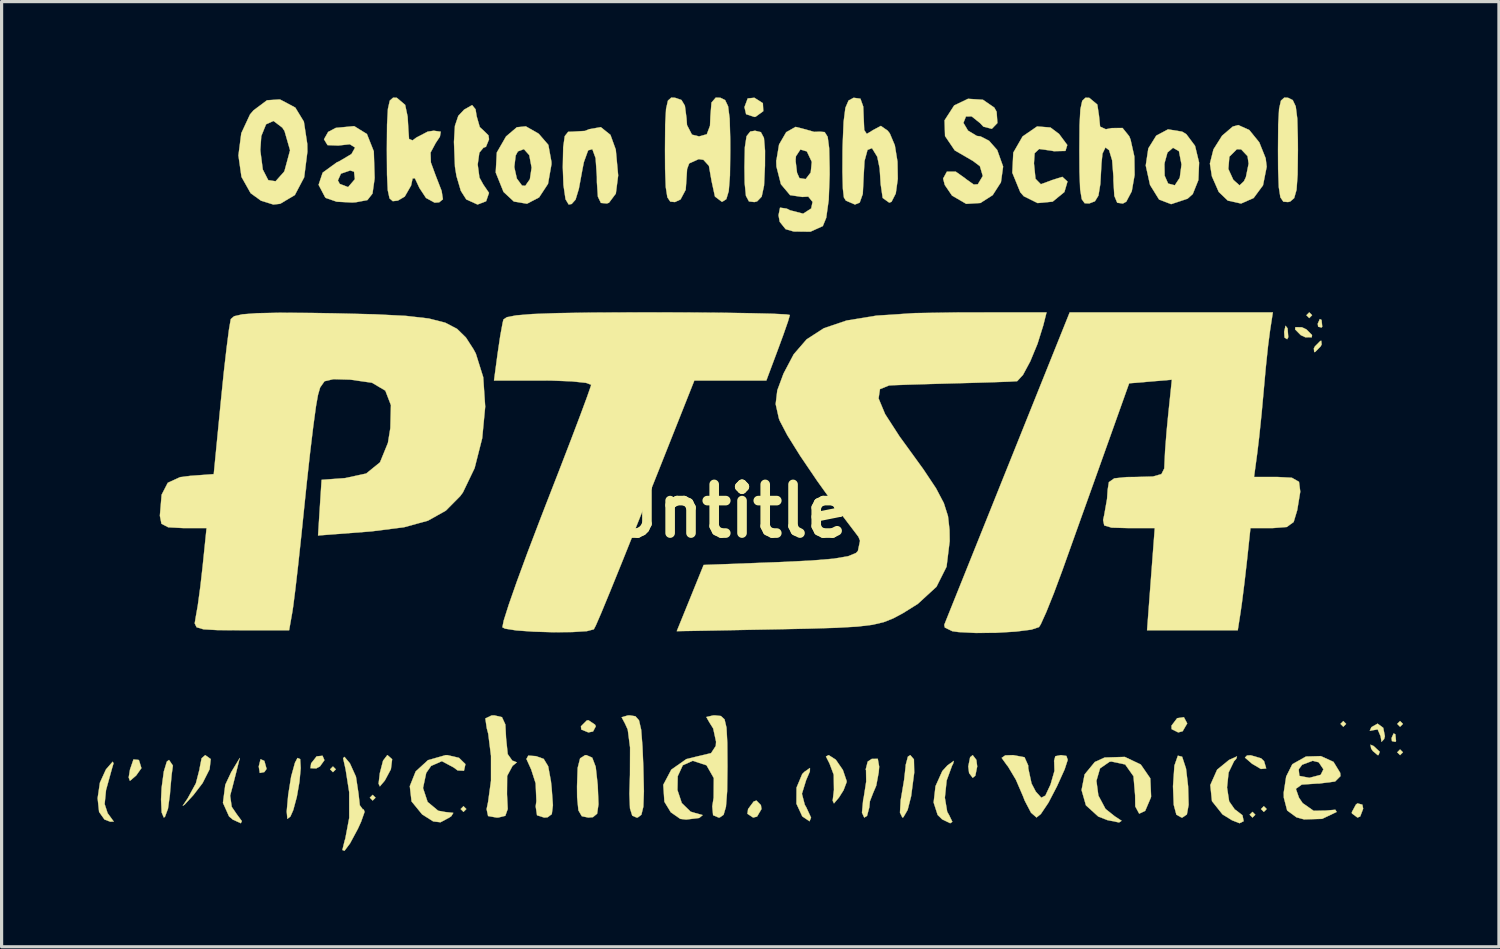
<source format=kicad_pcb>
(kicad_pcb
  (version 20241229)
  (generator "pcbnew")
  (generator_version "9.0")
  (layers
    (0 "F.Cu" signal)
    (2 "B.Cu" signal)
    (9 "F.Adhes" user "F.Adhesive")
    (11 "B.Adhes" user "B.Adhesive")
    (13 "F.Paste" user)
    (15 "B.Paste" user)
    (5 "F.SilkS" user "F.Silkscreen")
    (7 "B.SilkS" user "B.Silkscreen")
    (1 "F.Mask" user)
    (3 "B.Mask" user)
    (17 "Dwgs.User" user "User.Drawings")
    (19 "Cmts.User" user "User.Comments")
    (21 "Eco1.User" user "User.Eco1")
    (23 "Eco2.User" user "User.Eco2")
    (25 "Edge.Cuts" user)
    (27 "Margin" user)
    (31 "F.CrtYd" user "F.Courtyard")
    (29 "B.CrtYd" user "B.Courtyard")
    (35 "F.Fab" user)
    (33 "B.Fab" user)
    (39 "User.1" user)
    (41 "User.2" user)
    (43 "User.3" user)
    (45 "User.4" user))
  (footprint "Untitled"
    (layer "F.Cu")
    (at 20.424 12.942)
    (property "Reference" "Untitled" (at 0 0 0) (layer "F.SilkS") (effects (font (size 1.524 1.524) (thickness 0.3))))
    (attr through_hole)
    (fp_poly (pts (xy -12.966 8.082) (xy -13.055 8.171) (xy -13.144 8.082) (xy -13.055 7.993) (xy -12.966 8.082)) (stroke (width 0.01) (type solid)) (fill yes) (layer "F.SilkS"))
    (fp_poly (pts (xy -11.723 8.97) (xy -11.812 9.059) (xy -11.901 8.97) (xy -11.812 8.881) (xy -11.723 8.97)) (stroke (width 0.01) (type solid)) (fill yes) (layer "F.SilkS"))
    (fp_poly (pts (xy -8.881 9.325) (xy -8.97 9.414) (xy -9.059 9.325) (xy -8.97 9.236) (xy -8.881 9.325)) (stroke (width 0.01) (type solid)) (fill yes) (layer "F.SilkS"))
    (fp_poly (pts (xy 15.808 9.503) (xy 15.72 9.592) (xy 15.631 9.503) (xy 15.72 9.414) (xy 15.808 9.503)) (stroke (width 0.01) (type solid)) (fill yes) (layer "F.SilkS"))
    (fp_poly (pts (xy 16.164 9.325) (xy 16.075 9.414) (xy 15.986 9.325) (xy 16.075 9.236) (xy 16.164 9.325)) (stroke (width 0.01) (type solid)) (fill yes) (layer "F.SilkS"))
    (fp_poly (pts (xy 17.585 -6.128) (xy 17.496 -6.039) (xy 17.407 -6.128) (xy 17.496 -6.217) (xy 17.585 -6.128)) (stroke (width 0.01) (type solid)) (fill yes) (layer "F.SilkS"))
    (fp_poly (pts (xy 18.65 6.661) (xy 18.562 6.75) (xy 18.473 6.661) (xy 18.562 6.572) (xy 18.65 6.661)) (stroke (width 0.01) (type solid)) (fill yes) (layer "F.SilkS"))
    (fp_poly (pts (xy 20.427 6.661) (xy 20.338 6.75) (xy 20.249 6.661) (xy 20.338 6.572) (xy 20.427 6.661)) (stroke (width 0.01) (type solid)) (fill yes) (layer "F.SilkS"))
    (fp_poly (pts (xy 20.427 7.549) (xy 20.338 7.638) (xy 20.249 7.549) (xy 20.338 7.46) (xy 20.427 7.549)) (stroke (width 0.01) (type solid)) (fill yes) (layer "F.SilkS"))
    (fp_poly (pts (xy -15.202 7.818) (xy -15.132 8.069) (xy -15.202 8.168) (xy -15.344 8.196) (xy -15.377 7.993) (xy -15.32 7.766) (xy -15.202 7.818)) (stroke (width 0.01) (type solid)) (fill yes) (layer "F.SilkS"))
    (fp_poly (pts (xy 16.818 -5.717) (xy 16.839 -5.44) (xy 16.804 -5.377) (xy 16.723 -5.43) (xy 16.711 -5.61) (xy 16.754 -5.799) (xy 16.818 -5.717)) (stroke (width 0.01) (type solid)) (fill yes) (layer "F.SilkS"))
    (fp_poly (pts (xy 17.881 -5.98) (xy 17.902 -5.769) (xy 17.881 -5.743) (xy 17.775 -5.768) (xy 17.762 -5.862) (xy 17.827 -6.008) (xy 17.881 -5.98)) (stroke (width 0.01) (type solid)) (fill yes) (layer "F.SilkS"))
    (fp_poly (pts (xy 20.19 6.986) (xy 20.211 7.197) (xy 20.19 7.223) (xy 20.084 7.199) (xy 20.071 7.105) (xy 20.136 6.959) (xy 20.19 6.986)) (stroke (width 0.01) (type solid)) (fill yes) (layer "F.SilkS"))
    (fp_poly (pts (xy -13.322 7.796) (xy -13.463 7.992) (xy -13.579 8.054) (xy -13.759 8.046) (xy -13.738 7.895) (xy -13.566 7.677) (xy -13.381 7.658) (xy -13.322 7.796)) (stroke (width 0.01) (type solid)) (fill yes) (layer "F.SilkS"))
    (fp_poly (pts (xy 13.677 6.646) (xy 13.534 6.891) (xy 13.396 6.927) (xy 13.189 6.824) (xy 13.185 6.716) (xy 13.362 6.482) (xy 13.574 6.452) (xy 13.677 6.646)) (stroke (width 0.01) (type solid)) (fill yes) (layer "F.SilkS"))
    (fp_poly (pts (xy 19.511 7.354) (xy 19.702 7.533) (xy 19.663 7.636) (xy 19.638 7.638) (xy 19.488 7.512) (xy 19.433 7.433) (xy 19.412 7.311) (xy 19.511 7.354)) (stroke (width 0.01) (type solid)) (fill yes) (layer "F.SilkS"))
    (fp_poly (pts (xy -19.14 7.788) (xy -19.123 7.804) (xy -19.049 8.045) (xy -19.214 8.277) (xy -19.408 8.443) (xy -19.447 8.338) (xy -19.405 8.086) (xy -19.297 7.773) (xy -19.14 7.788)) (stroke (width 0.01) (type solid)) (fill yes) (layer "F.SilkS"))
    (fp_poly (pts (xy -4.854 6.684) (xy -4.83 6.736) (xy -4.916 6.898) (xy -5.062 6.927) (xy -5.283 6.837) (xy -5.295 6.736) (xy -5.111 6.553) (xy -5.062 6.545) (xy -4.854 6.684)) (stroke (width 0.01) (type solid)) (fill yes) (layer "F.SilkS"))
    (fp_poly (pts (xy 0.337 9.203) (xy 0.355 9.325) (xy 0.216 9.561) (xy 0.094 9.592) (xy -0.085 9.474) (xy -0.064 9.325) (xy 0.11 9.09) (xy 0.197 9.059) (xy 0.337 9.203)) (stroke (width 0.01) (type solid)) (fill yes) (layer "F.SilkS"))
    (fp_poly (pts (xy 0.398 -12.764) (xy 0.411 -12.514) (xy 0.173 -12.34) (xy 0.133 -12.333) (xy -0.126 -12.419) (xy -0.178 -12.64) (xy -0.076 -12.912) (xy 0.133 -12.933) (xy 0.398 -12.764)) (stroke (width 0.01) (type solid)) (fill yes) (layer "F.SilkS"))
    (fp_poly (pts (xy 7.079 7.787) (xy 7.105 7.993) (xy 7.046 8.282) (xy 6.965 8.348) (xy 6.852 8.199) (xy 6.826 7.993) (xy 6.884 7.704) (xy 6.965 7.638) (xy 7.079 7.787)) (stroke (width 0.01) (type solid)) (fill yes) (layer "F.SilkS"))
    (fp_poly (pts (xy 15.99 7.738) (xy 16.082 7.827) (xy 16.149 8.055) (xy 15.983 8.071) (xy 15.707 7.908) (xy 15.484 7.715) (xy 15.548 7.65) (xy 15.665 7.643) (xy 15.99 7.738)) (stroke (width 0.01) (type solid)) (fill yes) (layer "F.SilkS"))
    (fp_poly (pts (xy 17.266 -5.751) (xy 17.407 -5.684) (xy 17.583 -5.507) (xy 17.574 -5.437) (xy 17.371 -5.439) (xy 17.229 -5.506) (xy 17.054 -5.684) (xy 17.062 -5.753) (xy 17.266 -5.751)) (stroke (width 0.01) (type solid)) (fill yes) (layer "F.SilkS"))
    (fp_poly (pts (xy 17.884 -5.214) (xy 17.851 -5.151) (xy 17.684 -4.981) (xy 17.652 -4.973) (xy 17.64 -5.088) (xy 17.673 -5.151) (xy 17.841 -5.321) (xy 17.872 -5.329) (xy 17.884 -5.214)) (stroke (width 0.01) (type solid)) (fill yes) (layer "F.SilkS"))
    (fp_poly (pts (xy 19.158 9.188) (xy 19.183 9.315) (xy 19.09 9.558) (xy 19.006 9.592) (xy 18.833 9.464) (xy 18.828 9.424) (xy 18.957 9.184) (xy 19.006 9.148) (xy 19.158 9.188)) (stroke (width 0.01) (type solid)) (fill yes) (layer "F.SilkS"))
    (fp_poly (pts (xy -11.203 7.767) (xy -11.242 8.08) (xy -11.43 8.431) (xy -11.587 8.617) (xy -11.627 8.531) (xy -11.587 8.198) (xy -11.487 7.812) (xy -11.356 7.639) (xy -11.348 7.638) (xy -11.203 7.767)) (stroke (width 0.01) (type solid)) (fill yes) (layer "F.SilkS"))
    (fp_poly (pts (xy 19.811 6.783) (xy 19.863 7.047) (xy 19.839 7.134) (xy 19.758 7.222) (xy 19.73 7.05) (xy 19.637 6.833) (xy 19.511 6.855) (xy 19.39 6.877) (xy 19.442 6.762) (xy 19.634 6.653) (xy 19.811 6.783)) (stroke (width 0.01) (type solid)) (fill yes) (layer "F.SilkS"))
    (fp_poly (pts (xy -16.88 7.761) (xy -16.915 8.078) (xy -17.134 8.512) (xy -17.422 8.888) (xy -17.7 9.19) (xy -17.756 9.221) (xy -17.6 8.99) (xy -17.344 8.52) (xy -17.23 8.079) (xy -17.229 8.058) (xy -17.165 7.736) (xy -17.052 7.638) (xy -16.88 7.761)) (stroke (width 0.01) (type solid)) (fill yes) (layer "F.SilkS"))
    (fp_poly (pts (xy -14.081 7.762) (xy -14.064 8.043) (xy -14.103 8.47) (xy -14.185 8.941) (xy -14.297 9.357) (xy -14.387 9.56) (xy -14.481 9.632) (xy -14.502 9.401) (xy -14.455 8.881) (xy -14.363 8.307) (xy -14.243 7.874) (xy -14.165 7.727) (xy -14.081 7.762)) (stroke (width 0.01) (type solid)) (fill yes) (layer "F.SilkS"))
    (fp_poly (pts (xy 13.518 7.688) (xy 13.64 8.06) (xy 13.705 8.615) (xy 13.721 9.194) (xy 13.667 9.494) (xy 13.527 9.59) (xy 13.499 9.591) (xy 13.339 9.503) (xy 13.256 9.194) (xy 13.233 8.614) (xy 13.277 7.965) (xy 13.385 7.656) (xy 13.518 7.688)) (stroke (width 0.01) (type solid)) (fill yes) (layer "F.SilkS"))
    (fp_poly (pts (xy -16.082 8.171) (xy -16.2 8.634) (xy -16.273 8.907) (xy -16.223 9.255) (xy -16.068 9.484) (xy -15.906 9.702) (xy -15.938 9.769) (xy -16.186 9.657) (xy -16.306 9.556) (xy -16.497 9.131) (xy -16.424 8.566) (xy -16.239 8.171) (xy -15.971 7.727) (xy -16.082 8.171)) (stroke (width 0.01) (type solid)) (fill yes) (layer "F.SilkS"))
    (fp_poly (pts (xy 2.68 7.781) (xy 2.902 8.103) (xy 3.018 8.444) (xy 3.02 8.48) (xy 2.924 8.734) (xy 2.78 8.963) (xy 2.623 9.149) (xy 2.583 9.064) (xy 2.623 8.729) (xy 2.616 8.252) (xy 2.485 7.903) (xy 2.372 7.68) (xy 2.459 7.638) (xy 2.68 7.781)) (stroke (width 0.01) (type solid)) (fill yes) (layer "F.SilkS"))
    (fp_poly (pts (xy -18.063 7.967) (xy -18.068 7.994) (xy -18.103 8.249) (xy -18.145 8.709) (xy -18.156 8.864) (xy -18.218 9.316) (xy -18.313 9.57) (xy -18.348 9.591) (xy -18.415 9.432) (xy -18.434 9.023) (xy -18.416 8.659) (xy -18.348 8.152) (xy -18.253 7.84) (xy -18.185 7.789) (xy -18.063 7.967)) (stroke (width 0.01) (type solid)) (fill yes) (layer "F.SilkS"))
    (fp_poly (pts (xy 1.869 8.148) (xy 1.752 8.42) (xy 1.62 8.848) (xy 1.71 9.193) (xy 1.754 9.267) (xy 1.906 9.594) (xy 1.858 9.708) (xy 1.634 9.556) (xy 1.631 9.553) (xy 1.449 9.159) (xy 1.452 8.655) (xy 1.629 8.231) (xy 1.697 8.162) (xy 1.872 8.04) (xy 1.869 8.148)) (stroke (width 0.01) (type solid)) (fill yes) (layer "F.SilkS"))
    (fp_poly (pts (xy -19.921 7.893) (xy -19.969 8.054) (xy -20.156 8.73) (xy -20.2 9.169) (xy -20.106 9.456) (xy -20.069 9.505) (xy -19.915 9.717) (xy -20.026 9.72) (xy -20.205 9.652) (xy -20.373 9.415) (xy -20.419 8.985) (xy -20.347 8.499) (xy -20.163 8.094) (xy -20.146 8.071) (xy -19.948 7.844) (xy -19.921 7.893)) (stroke (width 0.01) (type solid)) (fill yes) (layer "F.SilkS"))
    (fp_poly (pts (xy 5.125 7.77) (xy 5.134 8.186) (xy 5.039 8.913) (xy 5.037 8.926) (xy 4.928 9.353) (xy 4.796 9.58) (xy 4.765 9.592) (xy 4.689 9.438) (xy 4.711 9.045) (xy 4.732 8.926) (xy 4.82 8.402) (xy 4.866 7.989) (xy 4.867 7.949) (xy 4.937 7.685) (xy 5.011 7.638) (xy 5.125 7.77)) (stroke (width 0.01) (type solid)) (fill yes) (layer "F.SilkS"))
    (fp_poly (pts (xy 6.349 7.915) (xy 6.322 7.959) (xy 6.149 8.431) (xy 6.093 8.971) (xy 6.167 9.412) (xy 6.226 9.514) (xy 6.327 9.724) (xy 6.26 9.769) (xy 6.008 9.647) (xy 5.868 9.51) (xy 5.742 9.12) (xy 5.801 8.609) (xy 6.013 8.137) (xy 6.173 7.961) (xy 6.373 7.818) (xy 6.349 7.915)) (stroke (width 0.01) (type solid)) (fill yes) (layer "F.SilkS"))
    (fp_poly (pts (xy -6.701 7.67) (xy -6.46 7.756) (xy -6.32 7.987) (xy -6.234 8.454) (xy -6.212 8.659) (xy -6.172 9.205) (xy -6.207 9.485) (xy -6.34 9.584) (xy -6.445 9.592) (xy -6.669 9.52) (xy -6.711 9.243) (xy -6.689 9.074) (xy -6.712 8.52) (xy -6.852 8.085) (xy -7.001 7.758) (xy -6.942 7.653) (xy -6.701 7.67)) (stroke (width 0.01) (type solid)) (fill yes) (layer "F.SilkS"))
    (fp_poly (pts (xy -4.942 7.717) (xy -4.833 8.002) (xy -4.771 8.564) (xy -4.768 8.615) (xy -4.746 9.176) (xy -4.788 9.47) (xy -4.919 9.579) (xy -5.062 9.592) (xy -5.268 9.549) (xy -5.374 9.366) (xy -5.414 8.957) (xy -5.417 8.615) (xy -5.397 8.038) (xy -5.321 7.739) (xy -5.167 7.64) (xy -5.123 7.638) (xy -4.942 7.717)) (stroke (width 0.01) (type solid)) (fill yes) (layer "F.SilkS"))
    (fp_poly (pts (xy 0.336 -11.857) (xy 0.432 -11.675) (xy 0.466 -11.274) (xy 0.464 -10.807) (xy 0.435 -10.185) (xy 0.361 -9.839) (xy 0.219 -9.691) (xy 0.133 -9.669) (xy -0.037 -9.689) (xy -0.131 -9.863) (xy -0.171 -10.264) (xy -0.178 -10.762) (xy -0.165 -11.385) (xy -0.112 -11.73) (xy 0.004 -11.876) (xy 0.153 -11.901) (xy 0.336 -11.857)) (stroke (width 0.01) (type solid)) (fill yes) (layer "F.SilkS"))
    (fp_poly (pts (xy 4.038 8) (xy 4.023 8.178) (xy 3.946 8.593) (xy 3.848 8.823) (xy 3.747 9.083) (xy 3.73 9.266) (xy 3.658 9.538) (xy 3.571 9.592) (xy 3.5 9.439) (xy 3.536 9.049) (xy 3.557 8.948) (xy 3.632 8.465) (xy 3.627 8.115) (xy 3.617 8.083) (xy 3.679 7.84) (xy 3.806 7.756) (xy 3.994 7.754) (xy 4.038 8)) (stroke (width 0.01) (type solid)) (fill yes) (layer "F.SilkS"))
    (fp_poly (pts (xy 15.211 7.754) (xy 15.142 7.829) (xy 14.972 8.182) (xy 14.923 8.65) (xy 14.99 9.086) (xy 15.169 9.342) (xy 15.187 9.35) (xy 15.406 9.519) (xy 15.444 9.705) (xy 15.315 9.769) (xy 15.08 9.677) (xy 14.782 9.493) (xy 14.452 9.078) (xy 14.4 8.574) (xy 14.614 8.092) (xy 14.986 7.789) (xy 15.235 7.677) (xy 15.211 7.754)) (stroke (width 0.01) (type solid)) (fill yes) (layer "F.SilkS"))
    (fp_poly (pts (xy -12.525 7.894) (xy -12.335 8.314) (xy -12.256 8.837) (xy -12.215 9.207) (xy -12.115 9.343) (xy -12.094 9.335) (xy -12.065 9.413) (xy -12.175 9.725) (xy -12.276 9.946) (xy -12.521 10.401) (xy -12.693 10.63) (xy -12.76 10.607) (xy -12.686 10.304) (xy -12.67 10.258) (xy -12.546 9.602) (xy -12.547 8.797) (xy -12.659 8.082) (xy -12.737 7.734) (xy -12.695 7.692) (xy -12.525 7.894)) (stroke (width 0.01) (type solid)) (fill yes) (layer "F.SilkS"))
    (fp_poly (pts (xy -3.59 6.422) (xy -3.478 6.549) (xy -3.41 6.844) (xy -3.369 7.375) (xy -3.343 7.993) (xy -3.325 8.768) (xy -3.342 9.251) (xy -3.404 9.504) (xy -3.518 9.59) (xy -3.552 9.592) (xy -3.689 9.532) (xy -3.76 9.305) (xy -3.778 8.846) (xy -3.76 8.251) (xy -3.757 7.399) (xy -3.83 6.839) (xy -3.915 6.652) (xy -4.021 6.453) (xy -3.824 6.395) (xy -3.764 6.394) (xy -3.59 6.422)) (stroke (width 0.01) (type solid)) (fill yes) (layer "F.SilkS"))
    (fp_poly (pts (xy 16.83 -12.933) (xy 16.98 -12.859) (xy 17.073 -12.663) (xy 17.122 -12.275) (xy 17.139 -11.628) (xy 17.141 -11.294) (xy 17.132 -10.529) (xy 17.098 -10.052) (xy 17.024 -9.793) (xy 16.899 -9.685) (xy 16.83 -9.669) (xy 16.685 -9.682) (xy 16.593 -9.817) (xy 16.543 -10.135) (xy 16.522 -10.699) (xy 16.519 -11.308) (xy 16.525 -12.092) (xy 16.552 -12.584) (xy 16.611 -12.844) (xy 16.715 -12.937) (xy 16.83 -12.933)) (stroke (width 0.01) (type solid)) (fill yes) (layer "F.SilkS"))
    (fp_poly (pts (xy -9.111 7.723) (xy -8.91 7.92) (xy -8.955 8.126) (xy -9.153 8.117) (xy -9.275 8.026) (xy -9.646 7.827) (xy -9.984 7.976) (xy -10.136 8.193) (xy -10.237 8.668) (xy -10.093 9.103) (xy -9.762 9.378) (xy -9.551 9.417) (xy -9.289 9.445) (xy -9.351 9.548) (xy -9.414 9.592) (xy -9.689 9.739) (xy -9.918 9.712) (xy -10.263 9.493) (xy -10.595 9.087) (xy -10.65 8.609) (xy -10.466 8.148) (xy -10.081 7.795) (xy -9.532 7.639) (xy -9.474 7.638) (xy -9.111 7.723)) (stroke (width 0.01) (type solid)) (fill yes) (layer "F.SilkS"))
    (fp_poly (pts (xy -8.593 -12.572) (xy -8.558 -12.354) (xy -8.461 -12.016) (xy -8.336 -11.901) (xy -8.189 -11.757) (xy -8.171 -11.634) (xy -8.267 -11.398) (xy -8.348 -11.368) (xy -8.474 -11.214) (xy -8.526 -10.845) (xy -8.471 -10.435) (xy -8.348 -10.213) (xy -8.172 -9.956) (xy -8.262 -9.695) (xy -8.53 -9.592) (xy -8.883 -9.752) (xy -9.053 -10.021) (xy -9.19 -10.485) (xy -9.237 -10.776) (xy -9.268 -11.551) (xy -9.238 -12.054) (xy -9.133 -12.366) (xy -8.95 -12.561) (xy -8.7 -12.703) (xy -8.593 -12.572)) (stroke (width 0.01) (type solid)) (fill yes) (layer "F.SilkS"))
    (fp_poly (pts (xy -7.766 6.45) (xy -7.66 6.68) (xy -7.638 7.105) (xy -7.586 7.607) (xy -7.44 7.815) (xy -7.416 7.818) (xy -7.302 7.865) (xy -7.436 7.975) (xy -7.604 8.289) (xy -7.609 8.86) (xy -7.586 9.325) (xy -7.662 9.537) (xy -7.881 9.591) (xy -7.932 9.592) (xy -8.2 9.544) (xy -8.247 9.329) (xy -8.2 9.103) (xy -8.109 8.438) (xy -8.109 7.661) (xy -8.196 6.968) (xy -8.242 6.794) (xy -8.286 6.491) (xy -8.091 6.397) (xy -8.005 6.394) (xy -7.766 6.45)) (stroke (width 0.01) (type solid)) (fill yes) (layer "F.SilkS"))
    (fp_poly (pts (xy 9.398 -12.002) (xy 9.668 -11.799) (xy 9.924 -11.455) (xy 9.867 -11.269) (xy 9.506 -11.261) (xy 9.414 -11.279) (xy 9.043 -11.33) (xy 8.902 -11.197) (xy 8.881 -10.879) (xy 8.93 -10.396) (xy 9.096 -10.227) (xy 9.412 -10.342) (xy 9.425 -10.35) (xy 9.77 -10.458) (xy 9.931 -10.312) (xy 9.834 -9.983) (xy 9.466 -9.682) (xy 8.994 -9.638) (xy 8.562 -9.852) (xy 8.454 -9.976) (xy 8.204 -10.587) (xy 8.235 -11.216) (xy 8.526 -11.723) (xy 8.98 -12.035) (xy 9.398 -12.002)) (stroke (width 0.01) (type solid)) (fill yes) (layer "F.SilkS"))
    (fp_poly (pts (xy 13.519 -11.872) (xy 13.649 -11.793) (xy 13.922 -11.428) (xy 14.049 -10.904) (xy 14.026 -10.357) (xy 13.851 -9.92) (xy 13.689 -9.775) (xy 13.173 -9.604) (xy 12.797 -9.748) (xy 12.514 -10.205) (xy 12.38 -10.811) (xy 12.389 -10.875) (xy 12.964 -10.875) (xy 12.971 -10.493) (xy 13.08 -10.248) (xy 13.289 -10.194) (xy 13.444 -10.429) (xy 13.499 -10.845) (xy 13.419 -11.261) (xy 13.233 -11.368) (xy 13.059 -11.219) (xy 12.964 -10.875) (xy 12.389 -10.875) (xy 12.46 -11.347) (xy 12.708 -11.747) (xy 13.077 -11.944) (xy 13.519 -11.872)) (stroke (width 0.01) (type solid)) (fill yes) (layer "F.SilkS"))
    (fp_poly (pts (xy 12.224 7.932) (xy 12.522 8.365) (xy 12.547 8.932) (xy 12.539 8.967) (xy 12.362 9.382) (xy 12.174 9.47) (xy 12.052 9.243) (xy 12.047 8.894) (xy 11.996 8.298) (xy 11.736 7.93) (xy 11.305 7.838) (xy 11.245 7.847) (xy 10.949 8.052) (xy 10.836 8.442) (xy 10.897 8.902) (xy 11.121 9.322) (xy 11.408 9.551) (xy 11.623 9.692) (xy 11.545 9.745) (xy 11.178 9.671) (xy 10.893 9.559) (xy 10.508 9.209) (xy 10.371 8.731) (xy 10.467 8.241) (xy 10.786 7.853) (xy 11.094 7.713) (xy 11.724 7.694) (xy 12.224 7.932)) (stroke (width 0.01) (type solid)) (fill yes) (layer "F.SilkS"))
    (fp_poly (pts (xy -6.639 -11.821) (xy -6.612 -11.802) (xy -6.315 -11.459) (xy -6.218 -10.927) (xy -6.217 -10.852) (xy -6.325 -10.24) (xy -6.604 -9.815) (xy -6.983 -9.617) (xy -7.394 -9.686) (xy -7.717 -9.986) (xy -7.961 -10.592) (xy -7.952 -10.765) (xy -7.381 -10.765) (xy -7.301 -10.405) (xy -7.14 -10.187) (xy -7.038 -10.176) (xy -6.893 -10.382) (xy -6.838 -10.746) (xy -6.912 -11.138) (xy -7.08 -11.326) (xy -7.268 -11.254) (xy -7.337 -11.126) (xy -7.381 -10.765) (xy -7.952 -10.765) (xy -7.927 -11.22) (xy -7.638 -11.723) (xy -7.3 -12.01) (xy -7.02 -12.038) (xy -6.639 -11.821)) (stroke (width 0.01) (type solid)) (fill yes) (layer "F.SilkS"))
    (fp_poly (pts (xy 15.62 -11.923) (xy 15.933 -11.536) (xy 16.132 -11.04) (xy 16.164 -10.774) (xy 16.049 -10.193) (xy 15.756 -9.796) (xy 15.363 -9.623) (xy 14.947 -9.715) (xy 14.664 -9.986) (xy 14.45 -10.474) (xy 14.414 -10.704) (xy 14.964 -10.704) (xy 15.121 -10.363) (xy 15.314 -10.192) (xy 15.452 -10.321) (xy 15.514 -10.451) (xy 15.599 -10.871) (xy 15.565 -11.106) (xy 15.365 -11.318) (xy 15.231 -11.323) (xy 14.996 -11.088) (xy 14.964 -10.704) (xy 14.414 -10.704) (xy 14.387 -10.874) (xy 14.499 -11.318) (xy 14.769 -11.746) (xy 15.102 -12.031) (xy 15.276 -12.078) (xy 15.62 -11.923)) (stroke (width 0.01) (type solid)) (fill yes) (layer "F.SilkS"))
    (fp_poly (pts (xy -4.372 -11.772) (xy -4.205 -11.311) (xy -4.13 -10.502) (xy -4.203 -9.934) (xy -4.418 -9.647) (xy -4.485 -9.625) (xy -4.67 -9.642) (xy -4.764 -9.837) (xy -4.795 -10.288) (xy -4.796 -10.467) (xy -4.836 -11.045) (xy -4.938 -11.324) (xy -5.07 -11.287) (xy -5.203 -10.919) (xy -5.246 -10.702) (xy -5.36 -10.085) (xy -5.463 -9.746) (xy -5.585 -9.609) (xy -5.678 -9.592) (xy -5.777 -9.757) (xy -5.842 -10.203) (xy -5.862 -10.757) (xy -5.85 -11.386) (xy -5.801 -11.732) (xy -5.695 -11.867) (xy -5.551 -11.872) (xy -5.169 -11.895) (xy -5.034 -11.95) (xy -4.673 -12.013) (xy -4.372 -11.772)) (stroke (width 0.01) (type solid)) (fill yes) (layer "F.SilkS"))
    (fp_poly (pts (xy 9.897 7.663) (xy 9.938 7.786) (xy 9.842 8.082) (xy 9.602 8.613) (xy 9.333 9.129) (xy 9.095 9.483) (xy 8.961 9.589) (xy 8.79 9.44) (xy 8.593 9.064) (xy 8.54 8.926) (xy 8.316 8.407) (xy 8.07 7.995) (xy 8.032 7.949) (xy 7.871 7.724) (xy 7.983 7.646) (xy 8.232 7.638) (xy 8.586 7.704) (xy 8.701 7.961) (xy 8.703 8.048) (xy 8.806 8.526) (xy 8.939 8.78) (xy 9.111 8.97) (xy 9.239 8.904) (xy 9.4 8.559) (xy 9.523 8.132) (xy 9.515 7.837) (xy 9.509 7.826) (xy 9.55 7.672) (xy 9.725 7.638) (xy 9.897 7.663)) (stroke (width 0.01) (type solid)) (fill yes) (layer "F.SilkS"))
    (fp_poly (pts (xy -14.695 -12.871) (xy -14.233 -12.625) (xy -13.965 -12.185) (xy -13.859 -11.489) (xy -13.855 -11.245) (xy -13.956 -10.443) (xy -14.248 -9.888) (xy -14.707 -9.615) (xy -14.92 -9.592) (xy -15.307 -9.712) (xy -15.631 -9.947) (xy -15.917 -10.456) (xy -16.013 -11.127) (xy -15.992 -11.291) (xy -15.329 -11.291) (xy -15.251 -10.688) (xy -15.08 -10.355) (xy -14.85 -10.32) (xy -14.591 -10.61) (xy -14.571 -10.646) (xy -14.397 -11.29) (xy -14.571 -11.894) (xy -14.642 -12) (xy -14.915 -12.207) (xy -15.148 -12.103) (xy -15.298 -11.734) (xy -15.329 -11.291) (xy -15.992 -11.291) (xy -15.923 -11.824) (xy -15.65 -12.411) (xy -15.539 -12.541) (xy -15.119 -12.854) (xy -14.729 -12.88) (xy -14.695 -12.871)) (stroke (width 0.01) (type solid)) (fill yes) (layer "F.SilkS"))
    (fp_poly (pts (xy -11.992 -11.798) (xy -11.777 -11.256) (xy -11.751 -10.428) (xy -11.755 -10.381) (xy -11.818 -9.934) (xy -11.977 -9.731) (xy -12.338 -9.663) (xy -12.454 -9.655) (xy -12.936 -9.68) (xy -13.272 -9.795) (xy -13.298 -9.816) (xy -13.504 -10.208) (xy -13.458 -10.347) (xy -12.901 -10.347) (xy -12.843 -10.238) (xy -12.581 -10.137) (xy -12.375 -10.377) (xy -12.369 -10.391) (xy -12.395 -10.62) (xy -12.517 -10.657) (xy -12.805 -10.558) (xy -12.901 -10.347) (xy -13.458 -10.347) (xy -13.377 -10.589) (xy -12.936 -10.91) (xy -12.87 -10.938) (xy -12.476 -11.171) (xy -12.362 -11.374) (xy -12.527 -11.478) (xy -12.889 -11.438) (xy -13.224 -11.451) (xy -13.335 -11.633) (xy -13.205 -11.864) (xy -12.966 -11.99) (xy -12.391 -12.045) (xy -11.992 -11.798)) (stroke (width 0.01) (type solid)) (fill yes) (layer "F.SilkS"))
    (fp_poly (pts (xy -11.057 -12.932) (xy -10.796 -12.711) (xy -10.718 -12.341) (xy -10.693 -11.905) (xy -10.674 -11.643) (xy -10.563 -11.599) (xy -10.444 -11.688) (xy -10.09 -11.873) (xy -9.901 -11.901) (xy -9.682 -11.871) (xy -9.708 -11.716) (xy -9.839 -11.519) (xy -10.001 -11.217) (xy -9.991 -10.909) (xy -9.849 -10.52) (xy -9.654 -10.016) (xy -9.614 -9.756) (xy -9.731 -9.661) (xy -9.874 -9.651) (xy -10.143 -9.798) (xy -10.349 -10.11) (xy -10.491 -10.414) (xy -10.563 -10.407) (xy -10.61 -10.187) (xy -10.808 -9.841) (xy -11.023 -9.715) (xy -11.183 -9.697) (xy -11.284 -9.784) (xy -11.34 -10.04) (xy -11.363 -10.526) (xy -11.368 -11.306) (xy -11.368 -11.309) (xy -11.362 -12.093) (xy -11.335 -12.584) (xy -11.276 -12.844) (xy -11.172 -12.936) (xy -11.057 -12.932)) (stroke (width 0.01) (type solid)) (fill yes) (layer "F.SilkS"))
    (fp_poly (pts (xy 10.613 -12.93) (xy 10.864 -12.721) (xy 10.916 -12.374) (xy 10.951 -12.029) (xy 11.131 -11.948) (xy 11.318 -11.984) (xy 11.654 -11.987) (xy 11.862 -11.728) (xy 11.904 -11.625) (xy 12.023 -11.093) (xy 12.031 -10.516) (xy 11.942 -10.007) (xy 11.77 -9.681) (xy 11.664 -9.623) (xy 11.487 -9.648) (xy 11.397 -9.861) (xy 11.368 -10.338) (xy 11.368 -10.467) (xy 11.328 -10.976) (xy 11.232 -11.293) (xy 11.119 -11.378) (xy 11.026 -11.187) (xy 10.994 -10.879) (xy 10.959 -10.239) (xy 10.899 -9.872) (xy 10.79 -9.694) (xy 10.613 -9.626) (xy 10.469 -9.632) (xy 10.378 -9.758) (xy 10.327 -10.066) (xy 10.306 -10.617) (xy 10.302 -11.279) (xy 10.308 -12.071) (xy 10.334 -12.57) (xy 10.392 -12.837) (xy 10.492 -12.934) (xy 10.613 -12.93)) (stroke (width 0.01) (type solid)) (fill yes) (layer "F.SilkS"))
    (fp_poly (pts (xy 18.255 7.849) (xy 18.464 8.192) (xy 18.473 8.295) (xy 18.305 8.463) (xy 17.814 8.526) (xy 17.762 8.526) (xy 17.261 8.56) (xy 17.077 8.693) (xy 17.175 8.971) (xy 17.29 9.14) (xy 17.633 9.38) (xy 18.014 9.373) (xy 18.313 9.347) (xy 18.354 9.415) (xy 18.353 9.416) (xy 17.899 9.632) (xy 17.335 9.649) (xy 17.096 9.584) (xy 16.805 9.37) (xy 16.701 8.97) (xy 16.697 8.811) (xy 16.774 8.308) (xy 16.887 8.082) (xy 17.165 8.082) (xy 17.187 8.288) (xy 17.501 8.348) (xy 17.854 8.255) (xy 17.94 8.082) (xy 17.793 7.862) (xy 17.604 7.815) (xy 17.273 7.939) (xy 17.165 8.082) (xy 16.887 8.082) (xy 16.963 7.93) (xy 16.976 7.917) (xy 17.394 7.682) (xy 17.86 7.669) (xy 18.255 7.849)) (stroke (width 0.01) (type solid)) (fill yes) (layer "F.SilkS"))
    (fp_poly (pts (xy 3.451 -12.904) (xy 3.539 -12.657) (xy 3.552 -12.336) (xy 3.57 -11.922) (xy 3.65 -11.802) (xy 3.835 -11.914) (xy 3.838 -11.917) (xy 4.09 -12.052) (xy 4.304 -11.903) (xy 4.371 -11.816) (xy 4.528 -11.444) (xy 4.611 -10.933) (xy 4.62 -10.394) (xy 4.557 -9.938) (xy 4.423 -9.676) (xy 4.352 -9.651) (xy 4.148 -9.797) (xy 4.085 -10.228) (xy 4.053 -10.724) (xy 3.978 -11.087) (xy 3.813 -11.356) (xy 3.673 -11.301) (xy 3.579 -10.954) (xy 3.552 -10.48) (xy 3.525 -9.924) (xy 3.428 -9.652) (xy 3.28 -9.592) (xy 2.995 -9.715) (xy 2.934 -9.814) (xy 2.902 -10.088) (xy 2.888 -10.614) (xy 2.891 -11.29) (xy 2.895 -11.454) (xy 2.925 -12.178) (xy 2.981 -12.618) (xy 3.079 -12.846) (xy 3.238 -12.932) (xy 3.242 -12.932) (xy 3.451 -12.904)) (stroke (width 0.01) (type solid)) (fill yes) (layer "F.SilkS"))
    (fp_poly (pts (xy 7.285 -12.87) (xy 7.641 -12.625) (xy 7.713 -12.494) (xy 7.737 -12.141) (xy 7.563 -11.961) (xy 7.299 -12.029) (xy 7.194 -12.141) (xy 6.932 -12.35) (xy 6.753 -12.347) (xy 6.674 -12.147) (xy 6.818 -11.904) (xy 7.093 -11.739) (xy 7.211 -11.723) (xy 7.476 -11.587) (xy 7.731 -11.298) (xy 7.916 -10.78) (xy 7.848 -10.288) (xy 7.59 -9.886) (xy 7.206 -9.64) (xy 6.761 -9.613) (xy 6.318 -9.871) (xy 6.091 -10.204) (xy 6.039 -10.404) (xy 6.158 -10.622) (xy 6.432 -10.622) (xy 6.737 -10.406) (xy 6.748 -10.393) (xy 6.998 -10.217) (xy 7.125 -10.226) (xy 7.28 -10.485) (xy 7.19 -10.792) (xy 6.972 -10.956) (xy 6.403 -11.286) (xy 6.099 -11.735) (xy 6.084 -12.227) (xy 6.384 -12.691) (xy 6.387 -12.694) (xy 6.819 -12.9) (xy 7.285 -12.87)) (stroke (width 0.01) (type solid)) (fill yes) (layer "F.SilkS"))
    (fp_poly (pts (xy -0.916 6.414) (xy -0.801 6.519) (xy -0.74 6.778) (xy -0.715 7.257) (xy -0.71 7.993) (xy -0.72 8.769) (xy -0.757 9.252) (xy -0.831 9.505) (xy -0.952 9.589) (xy -0.985 9.592) (xy -1.159 9.518) (xy -1.185 9.241) (xy -1.142 8.968) (xy -1.137 8.356) (xy -1.365 7.956) (xy -1.795 7.815) (xy -2.108 7.955) (xy -2.266 8.298) (xy -2.275 8.73) (xy -2.139 9.138) (xy -1.863 9.407) (xy -1.723 9.449) (xy -1.485 9.514) (xy -1.589 9.601) (xy -1.599 9.605) (xy -2.002 9.654) (xy -2.186 9.633) (xy -2.483 9.426) (xy -2.683 9.098) (xy -2.718 8.567) (xy -2.467 8.092) (xy -1.996 7.762) (xy -1.625 7.671) (xy -1.223 7.576) (xy -1.075 7.35) (xy -1.066 7.218) (xy -1.156 6.804) (xy -1.279 6.608) (xy -1.371 6.445) (xy -1.154 6.395) (xy -1.101 6.394) (xy -0.916 6.414)) (stroke (width 0.01) (type solid)) (fill yes) (layer "F.SilkS"))
    (fp_poly (pts (xy -0.933 -12.933) (xy -0.783 -12.86) (xy -0.69 -12.665) (xy -0.641 -12.28) (xy -0.623 -11.636) (xy -0.622 -11.277) (xy -0.632 -10.497) (xy -0.67 -10.012) (xy -0.746 -9.76) (xy -0.869 -9.681) (xy -0.888 -9.68) (xy -1.101 -9.842) (xy -1.208 -10.332) (xy -1.21 -10.347) (xy -1.29 -10.802) (xy -1.462 -10.991) (xy -1.609 -11.013) (xy -1.908 -10.878) (xy -1.973 -10.702) (xy -2.003 -10.244) (xy -2.017 -10.053) (xy -2.178 -9.751) (xy -2.353 -9.669) (xy -2.499 -9.683) (xy -2.59 -9.817) (xy -2.64 -10.135) (xy -2.661 -10.699) (xy -2.664 -11.308) (xy -2.658 -12.092) (xy -2.631 -12.584) (xy -2.572 -12.844) (xy -2.469 -12.937) (xy -2.353 -12.933) (xy -2.148 -12.862) (xy -2.042 -12.683) (xy -1.991 -12.292) (xy -1.976 -12.078) (xy -1.821 -11.779) (xy -1.599 -11.723) (xy -1.356 -11.791) (xy -1.256 -12.057) (xy -1.243 -12.358) (xy -1.209 -12.783) (xy -1.076 -12.937) (xy -0.933 -12.933)) (stroke (width 0.01) (type solid)) (fill yes) (layer "F.SilkS"))
    (fp_poly (pts (xy 1.626 -11.971) (xy 2.004 -11.865) (xy 2.176 -11.872) (xy 2.332 -11.859) (xy 2.426 -11.71) (xy 2.472 -11.359) (xy 2.486 -10.737) (xy 2.487 -10.526) (xy 2.459 -9.741) (xy 2.381 -9.178) (xy 2.274 -8.917) (xy 1.886 -8.742) (xy 1.363 -8.748) (xy 1.11 -8.821) (xy 0.925 -9.052) (xy 0.888 -9.257) (xy 0.936 -9.494) (xy 1.144 -9.464) (xy 1.247 -9.412) (xy 1.658 -9.306) (xy 1.91 -9.468) (xy 1.954 -9.674) (xy 1.819 -9.84) (xy 1.631 -9.829) (xy 1.25 -9.886) (xy 0.964 -10.226) (xy 0.823 -10.78) (xy 0.817 -10.943) (xy 0.821 -10.968) (xy 1.421 -10.968) (xy 1.467 -10.588) (xy 1.542 -10.418) (xy 1.738 -10.388) (xy 1.896 -10.594) (xy 1.929 -10.92) (xy 1.926 -10.935) (xy 1.775 -11.254) (xy 1.572 -11.313) (xy 1.433 -11.102) (xy 1.421 -10.968) (xy 0.821 -10.968) (xy 0.905 -11.469) (xy 1.128 -11.855) (xy 1.422 -12.021) (xy 1.626 -11.971)) (stroke (width 0.01) (type solid)) (fill yes) (layer "F.SilkS"))
    (fp_poly (pts (xy -1.988 -6.214) (xy -0.9 -6.205) (xy 0.014 -6.191) (xy 0.707 -6.174) (xy 1.13 -6.153) (xy 1.243 -6.135) (xy 1.186 -5.937) (xy 1.037 -5.51) (xy 0.875 -5.069) (xy 0.507 -4.085) (xy -1.746 -4.085) (xy -2.821 -1.377) (xy -3.462 0.233) (xy -3.978 1.522) (xy -4.376 2.503) (xy -4.658 3.186) (xy -4.83 3.583) (xy -4.892 3.701) (xy -5.109 3.758) (xy -5.566 3.787) (xy -6.156 3.792) (xy -6.774 3.774) (xy -7.314 3.736) (xy -7.67 3.68) (xy -7.753 3.637) (xy -7.711 3.426) (xy -7.555 2.934) (xy -7.303 2.213) (xy -6.972 1.313) (xy -6.58 0.284) (xy -6.4 -0.182) (xy -5.985 -1.248) (xy -5.617 -2.203) (xy -5.316 -2.997) (xy -5.1 -3.581) (xy -4.987 -3.905) (xy -4.975 -3.952) (xy -5.138 -4.012) (xy -5.576 -4.058) (xy -6.206 -4.083) (xy -6.494 -4.085) (xy -8.015 -4.085) (xy -7.902 -4.929) (xy -7.821 -5.476) (xy -7.745 -5.89) (xy -7.719 -5.995) (xy -7.611 -6.067) (xy -7.319 -6.123) (xy -6.809 -6.165) (xy -6.05 -6.193) (xy -5.009 -6.21) (xy -3.654 -6.216) (xy -3.203 -6.217) (xy -1.988 -6.214)) (stroke (width 0.01) (type solid)) (fill yes) (layer "F.SilkS"))
    (fp_poly (pts (xy 9.172 -5.807) (xy 8.993 -5.234) (xy 8.766 -4.685) (xy 8.538 -4.261) (xy 8.358 -4.066) (xy 8.346 -4.063) (xy 8.103 -4.049) (xy 7.59 -4.031) (xy 6.893 -4.01) (xy 6.394 -3.997) (xy 5.611 -3.975) (xy 4.944 -3.955) (xy 4.485 -3.938) (xy 4.346 -3.93) (xy 4.062 -3.815) (xy 4.019 -3.524) (xy 4.223 -3.035) (xy 4.679 -2.329) (xy 4.844 -2.103) (xy 5.422 -1.305) (xy 5.817 -0.712) (xy 6.061 -0.249) (xy 6.191 0.16) (xy 6.239 0.589) (xy 6.244 0.941) (xy 6.146 1.742) (xy 5.831 2.369) (xy 5.247 2.905) (xy 4.78 3.197) (xy 4.478 3.358) (xy 4.181 3.476) (xy 3.828 3.559) (xy 3.357 3.616) (xy 2.705 3.653) (xy 1.811 3.68) (xy 0.85 3.7) (xy -2.296 3.759) (xy -1.875 2.723) (xy -1.455 1.687) (xy 0.878 1.599) (xy 1.898 1.55) (xy 2.611 1.491) (xy 3.066 1.414) (xy 3.311 1.313) (xy 3.372 1.249) (xy 3.439 0.931) (xy 3.389 0.805) (xy 2.726 -0.068) (xy 2.106 -0.932) (xy 1.57 -1.722) (xy 1.162 -2.376) (xy 0.924 -2.831) (xy 0.899 -2.899) (xy 0.799 -3.347) (xy 0.85 -3.778) (xy 1.044 -4.301) (xy 1.363 -4.905) (xy 1.768 -5.373) (xy 2.305 -5.72) (xy 3.019 -5.962) (xy 3.954 -6.115) (xy 5.155 -6.194) (xy 6.547 -6.216) (xy 9.275 -6.217) (xy 9.172 -5.807)) (stroke (width 0.01) (type solid)) (fill yes) (layer "F.SilkS"))
    (fp_poly (pts (xy 16.268 -5.64) (xy 16.206 -5.161) (xy 16.135 -4.483) (xy 16.075 -3.819) (xy 16.005 -3.053) (xy 15.928 -2.309) (xy 15.87 -1.821) (xy 15.768 -1.066) (xy 16.499 -1.066) (xy 16.952 -1.042) (xy 17.175 -0.915) (xy 17.215 -0.607) (xy 17.121 -0.036) (xy 17.118 -0.022) (xy 17.008 0.343) (xy 16.794 0.499) (xy 16.353 0.533) (xy 16.332 0.533) (xy 15.656 0.533) (xy 15.547 1.554) (xy 15.469 2.237) (xy 15.389 2.871) (xy 15.349 3.153) (xy 15.259 3.73) (xy 12.421 3.73) (xy 12.541 2.131) (xy 12.662 0.533) (xy 11.817 0.533) (xy 11.311 0.519) (xy 11.081 0.45) (xy 11.045 0.281) (xy 11.078 0.133) (xy 11.169 -0.381) (xy 11.188 -0.666) (xy 11.226 -0.904) (xy 11.395 -1.023) (xy 11.786 -1.063) (xy 12.078 -1.066) (xy 12.606 -1.081) (xy 12.87 -1.156) (xy 12.959 -1.332) (xy 12.966 -1.484) (xy 12.985 -1.883) (xy 13.032 -2.488) (xy 13.082 -3.006) (xy 13.197 -4.11) (xy 12.529 -4.053) (xy 11.86 -3.997) (xy 11.1 -1.865) (xy 10.739 -0.854) (xy 10.353 0.224) (xy 9.995 1.226) (xy 9.767 1.865) (xy 9.503 2.575) (xy 9.267 3.162) (xy 9.095 3.542) (xy 9.039 3.631) (xy 8.799 3.711) (xy 8.315 3.772) (xy 7.699 3.809) (xy 7.064 3.815) (xy 6.521 3.787) (xy 6.327 3.76) (xy 6.093 3.646) (xy 6.074 3.563) (xy 6.151 3.369) (xy 6.344 2.888) (xy 6.636 2.162) (xy 7.009 1.233) (xy 7.446 0.145) (xy 7.93 -1.062) (xy 8.064 -1.395) (xy 10 -6.217) (xy 16.357 -6.217) (xy 16.268 -5.64)) (stroke (width 0.01) (type solid)) (fill yes) (layer "F.SilkS"))
    (fp_poly (pts (xy -13.73 -6.199) (xy -13.002 -6.187) (xy -11.735 -6.156) (xy -10.77 -6.107) (xy -10.056 -6.025) (xy -9.541 -5.894) (xy -9.171 -5.701) (xy -8.894 -5.43) (xy -8.659 -5.066) (xy -8.584 -4.927) (xy -8.353 -4.189) (xy -8.291 -3.266) (xy -8.385 -2.278) (xy -8.622 -1.344) (xy -8.987 -0.584) (xy -9.075 -0.464) (xy -9.522 -0.013) (xy -10.082 0.301) (xy -10.832 0.507) (xy -11.849 0.636) (xy -11.988 0.647) (xy -13.521 0.765) (xy -13.466 -0.106) (xy -13.41 -0.977) (xy -12.675 -1.031) (xy -12.015 -1.174) (xy -11.583 -1.524) (xy -11.335 -2.132) (xy -11.259 -2.596) (xy -11.241 -3.314) (xy -11.416 -3.768) (xy -11.834 -4.015) (xy -12.513 -4.112) (xy -13.04 -4.127) (xy -13.319 -4.062) (xy -13.456 -3.867) (xy -13.523 -3.635) (xy -13.586 -3.28) (xy -13.672 -2.646) (xy -13.773 -1.807) (xy -13.88 -0.839) (xy -13.939 -0.266) (xy -14.043 0.747) (xy -14.143 1.678) (xy -14.232 2.45) (xy -14.3 2.986) (xy -14.325 3.153) (xy -14.427 3.73) (xy -15.936 3.73) (xy -16.666 3.726) (xy -17.106 3.701) (xy -17.323 3.636) (xy -17.381 3.514) (xy -17.351 3.33) (xy -17.284 2.95) (xy -17.203 2.351) (xy -17.133 1.732) (xy -17.01 0.533) (xy -17.742 0.533) (xy -18.21 0.508) (xy -18.421 0.399) (xy -18.47 0.152) (xy -18.47 0.133) (xy -18.416 -0.511) (xy -18.224 -0.884) (xy -17.837 -1.061) (xy -17.522 -1.101) (xy -16.785 -1.155) (xy -16.56 -3.464) (xy -16.47 -4.348) (xy -16.382 -5.113) (xy -16.308 -5.686) (xy -16.255 -5.991) (xy -16.249 -6.009) (xy -16.148 -6.096) (xy -15.888 -6.156) (xy -15.427 -6.191) (xy -14.722 -6.205) (xy -13.73 -6.199)) (stroke (width 0.01) (type solid)) (fill yes) (layer "F.SilkS")))
  (gr_rect
    (start -3 -3)
    (end 43.856 26.577)
    (stroke (width 0.1) (type default))
    (fill no)
    (layer "Edge.Cuts")))
</source>
